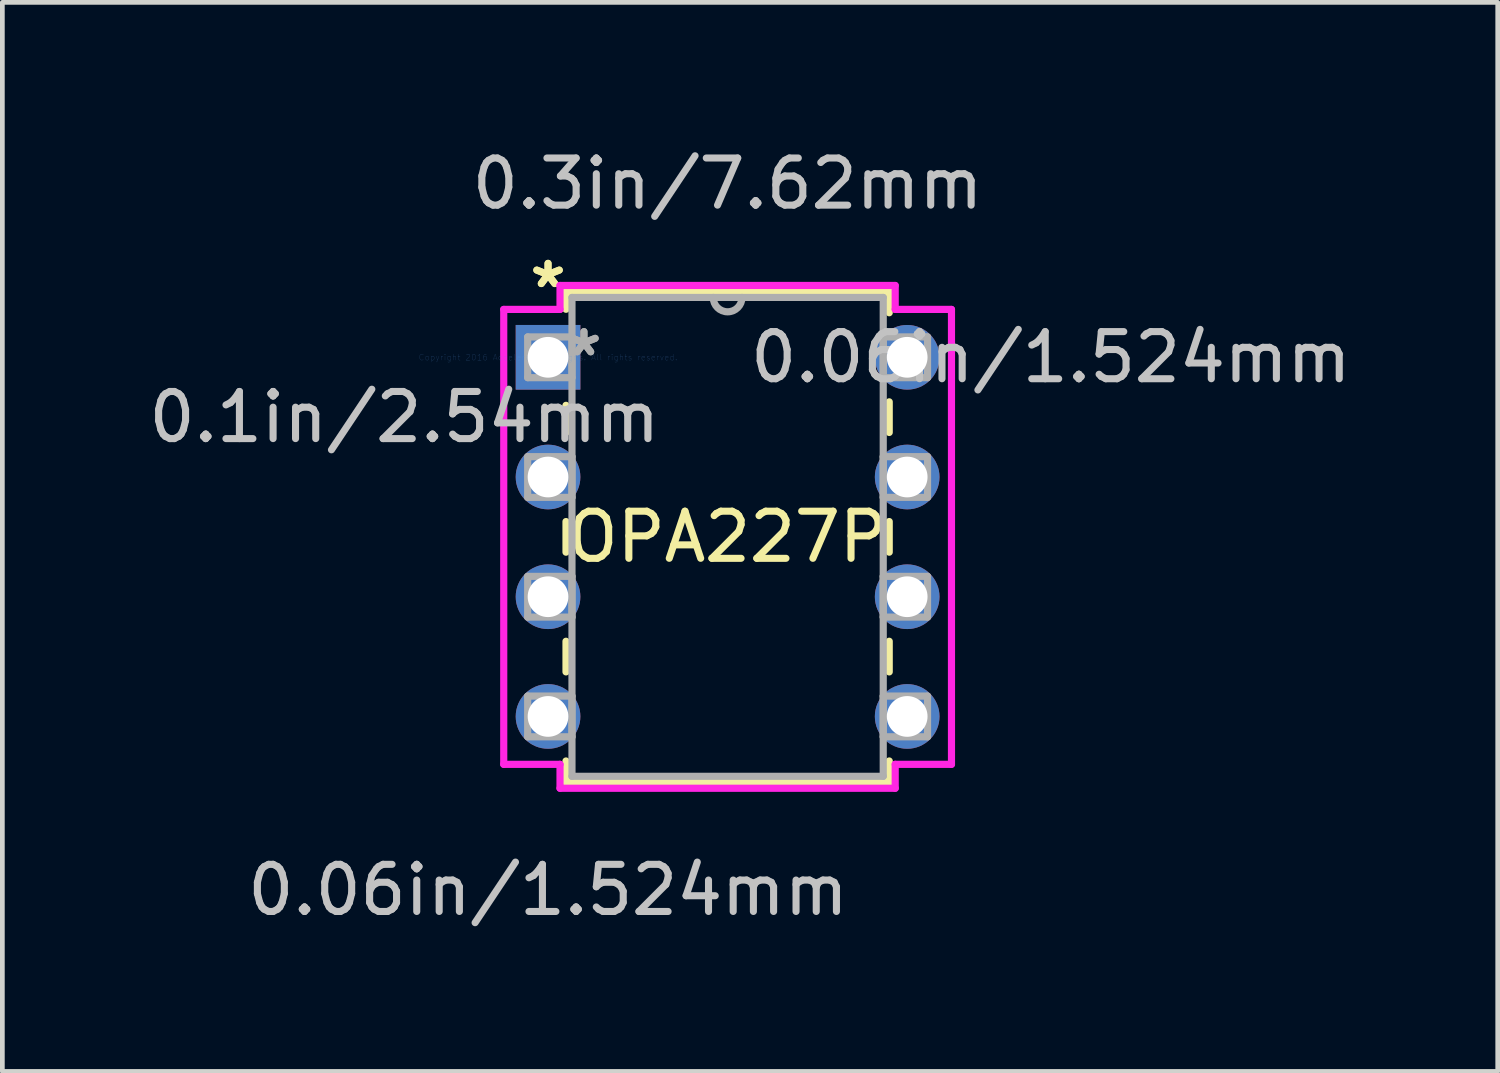
<source format=kicad_pcb>
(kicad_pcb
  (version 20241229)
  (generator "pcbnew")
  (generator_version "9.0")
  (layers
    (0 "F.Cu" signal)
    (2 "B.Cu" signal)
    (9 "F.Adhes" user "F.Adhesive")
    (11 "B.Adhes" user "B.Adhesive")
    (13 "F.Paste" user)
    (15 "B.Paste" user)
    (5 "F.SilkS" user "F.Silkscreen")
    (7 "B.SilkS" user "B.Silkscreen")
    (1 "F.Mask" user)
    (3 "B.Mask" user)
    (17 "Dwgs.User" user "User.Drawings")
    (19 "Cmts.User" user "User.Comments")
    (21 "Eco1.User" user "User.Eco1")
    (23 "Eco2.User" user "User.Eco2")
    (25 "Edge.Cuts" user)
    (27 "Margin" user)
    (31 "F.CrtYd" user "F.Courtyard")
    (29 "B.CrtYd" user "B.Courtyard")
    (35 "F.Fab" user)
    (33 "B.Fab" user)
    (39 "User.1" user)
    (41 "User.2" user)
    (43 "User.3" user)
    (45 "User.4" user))
  (footprint "OPA227P"
    (layer "F.Cu")
    (at 8.578 4.531)
    (property "Reference" "OPA227P" (at 3.81 3.81 0) (layer "F.SilkS") (effects (font (size 1 1) (thickness 0.15))))
    (attr through_hole)
    (fp_line (start 0.381 -1.397) (end 0.381 -1.019) (stroke (width 0.152) (type solid)) (layer "F.SilkS"))
    (fp_line (start 0.381 1.019) (end 0.381 1.595) (stroke (width 0.152) (type solid)) (layer "F.SilkS"))
    (fp_line (start 0.381 3.485) (end 0.381 4.135) (stroke (width 0.152) (type solid)) (layer "F.SilkS"))
    (fp_line (start 0.381 6.025) (end 0.381 6.675) (stroke (width 0.152) (type solid)) (layer "F.SilkS"))
    (fp_line (start 0.381 8.565) (end 0.381 9.017) (stroke (width 0.152) (type solid)) (layer "F.SilkS"))
    (fp_line (start 0.381 9.017) (end 7.239 9.017) (stroke (width 0.152) (type solid)) (layer "F.SilkS"))
    (fp_line (start 7.239 -1.397) (end 0.381 -1.397) (stroke (width 0.152) (type solid)) (layer "F.SilkS"))
    (fp_line (start 7.239 -0.945) (end 7.239 -1.397) (stroke (width 0.152) (type solid)) (layer "F.SilkS"))
    (fp_line (start 7.239 1.595) (end 7.239 0.945) (stroke (width 0.152) (type solid)) (layer "F.SilkS"))
    (fp_line (start 7.239 4.135) (end 7.239 3.485) (stroke (width 0.152) (type solid)) (layer "F.SilkS"))
    (fp_line (start 7.239 6.675) (end 7.239 6.025) (stroke (width 0.152) (type solid)) (layer "F.SilkS"))
    (fp_line (start 7.239 9.017) (end 7.239 8.565) (stroke (width 0.152) (type solid)) (layer "F.SilkS"))
    (fp_line (start -0.94 -1.016) (end -0.94 8.636) (stroke (width 0.152) (type solid)) (layer "F.CrtYd"))
    (fp_line (start -0.94 8.636) (end 0.254 8.636) (stroke (width 0.152) (type solid)) (layer "F.CrtYd"))
    (fp_line (start 0.254 -1.524) (end 0.254 -1.016) (stroke (width 0.152) (type solid)) (layer "F.CrtYd"))
    (fp_line (start 0.254 -1.016) (end -0.94 -1.016) (stroke (width 0.152) (type solid)) (layer "F.CrtYd"))
    (fp_line (start 0.254 8.636) (end 0.254 9.144) (stroke (width 0.152) (type solid)) (layer "F.CrtYd"))
    (fp_line (start 0.254 9.144) (end 7.366 9.144) (stroke (width 0.152) (type solid)) (layer "F.CrtYd"))
    (fp_line (start 7.366 -1.524) (end 0.254 -1.524) (stroke (width 0.152) (type solid)) (layer "F.CrtYd"))
    (fp_line (start 7.366 -1.016) (end 7.366 -1.524) (stroke (width 0.152) (type solid)) (layer "F.CrtYd"))
    (fp_line (start 7.366 8.636) (end 8.56 8.636) (stroke (width 0.152) (type solid)) (layer "F.CrtYd"))
    (fp_line (start 7.366 9.144) (end 7.366 8.636) (stroke (width 0.152) (type solid)) (layer "F.CrtYd"))
    (fp_line (start 8.56 -1.016) (end 7.366 -1.016) (stroke (width 0.152) (type solid)) (layer "F.CrtYd"))
    (fp_line (start 8.56 8.636) (end 8.56 -1.016) (stroke (width 0.152) (type solid)) (layer "F.CrtYd"))
    (fp_line (start -0.432 -0.432) (end -0.432 0.432) (stroke (width 0.152) (type solid)) (layer "F.Fab"))
    (fp_line (start -0.432 0.432) (end 0.508 0.432) (stroke (width 0.152) (type solid)) (layer "F.Fab"))
    (fp_line (start -0.432 2.108) (end -0.432 2.972) (stroke (width 0.152) (type solid)) (layer "F.Fab"))
    (fp_line (start -0.432 2.972) (end 0.508 2.972) (stroke (width 0.152) (type solid)) (layer "F.Fab"))
    (fp_line (start -0.432 4.648) (end -0.432 5.512) (stroke (width 0.152) (type solid)) (layer "F.Fab"))
    (fp_line (start -0.432 5.512) (end 0.508 5.512) (stroke (width 0.152) (type solid)) (layer "F.Fab"))
    (fp_line (start -0.432 7.188) (end -0.432 8.052) (stroke (width 0.152) (type solid)) (layer "F.Fab"))
    (fp_line (start -0.432 8.052) (end 0.508 8.052) (stroke (width 0.152) (type solid)) (layer "F.Fab"))
    (fp_line (start 0.508 -1.27) (end 0.508 8.89) (stroke (width 0.152) (type solid)) (layer "F.Fab"))
    (fp_line (start 0.508 -0.432) (end -0.432 -0.432) (stroke (width 0.152) (type solid)) (layer "F.Fab"))
    (fp_line (start 0.508 0.432) (end 0.508 -0.432) (stroke (width 0.152) (type solid)) (layer "F.Fab"))
    (fp_line (start 0.508 2.108) (end -0.432 2.108) (stroke (width 0.152) (type solid)) (layer "F.Fab"))
    (fp_line (start 0.508 2.972) (end 0.508 2.108) (stroke (width 0.152) (type solid)) (layer "F.Fab"))
    (fp_line (start 0.508 4.648) (end -0.432 4.648) (stroke (width 0.152) (type solid)) (layer "F.Fab"))
    (fp_line (start 0.508 5.512) (end 0.508 4.648) (stroke (width 0.152) (type solid)) (layer "F.Fab"))
    (fp_line (start 0.508 7.188) (end -0.432 7.188) (stroke (width 0.152) (type solid)) (layer "F.Fab"))
    (fp_line (start 0.508 8.052) (end 0.508 7.188) (stroke (width 0.152) (type solid)) (layer "F.Fab"))
    (fp_line (start 0.508 8.89) (end 7.112 8.89) (stroke (width 0.152) (type solid)) (layer "F.Fab"))
    (fp_line (start 7.112 -1.27) (end 0.508 -1.27) (stroke (width 0.152) (type solid)) (layer "F.Fab"))
    (fp_line (start 7.112 -0.432) (end 7.112 0.432) (stroke (width 0.152) (type solid)) (layer "F.Fab"))
    (fp_line (start 7.112 0.432) (end 8.052 0.432) (stroke (width 0.152) (type solid)) (layer "F.Fab"))
    (fp_line (start 7.112 2.108) (end 7.112 2.972) (stroke (width 0.152) (type solid)) (layer "F.Fab"))
    (fp_line (start 7.112 2.972) (end 8.052 2.972) (stroke (width 0.152) (type solid)) (layer "F.Fab"))
    (fp_line (start 7.112 4.648) (end 7.112 5.512) (stroke (width 0.152) (type solid)) (layer "F.Fab"))
    (fp_line (start 7.112 5.512) (end 8.052 5.512) (stroke (width 0.152) (type solid)) (layer "F.Fab"))
    (fp_line (start 7.112 7.188) (end 7.112 8.052) (stroke (width 0.152) (type solid)) (layer "F.Fab"))
    (fp_line (start 7.112 8.052) (end 8.052 8.052) (stroke (width 0.152) (type solid)) (layer "F.Fab"))
    (fp_line (start 7.112 8.89) (end 7.112 -1.27) (stroke (width 0.152) (type solid)) (layer "F.Fab"))
    (fp_line (start 8.052 -0.432) (end 7.112 -0.432) (stroke (width 0.152) (type solid)) (layer "F.Fab"))
    (fp_line (start 8.052 0.432) (end 8.052 -0.432) (stroke (width 0.152) (type solid)) (layer "F.Fab"))
    (fp_line (start 8.052 2.108) (end 7.112 2.108) (stroke (width 0.152) (type solid)) (layer "F.Fab"))
    (fp_line (start 8.052 2.972) (end 8.052 2.108) (stroke (width 0.152) (type solid)) (layer "F.Fab"))
    (fp_line (start 8.052 4.648) (end 7.112 4.648) (stroke (width 0.152) (type solid)) (layer "F.Fab"))
    (fp_line (start 8.052 5.512) (end 8.052 4.648) (stroke (width 0.152) (type solid)) (layer "F.Fab"))
    (fp_line (start 8.052 7.188) (end 7.112 7.188) (stroke (width 0.152) (type solid)) (layer "F.Fab"))
    (fp_line (start 8.052 8.052) (end 8.052 7.188) (stroke (width 0.152) (type solid)) (layer "F.Fab"))
    (fp_arc (start 4.1148 -1.27) (mid 3.81 -0.9652) (end 3.5052 -1.27) (stroke (width 0.1524) (type solid)) (layer "F.Fab"))
    (fp_text user "*" (at 0 -1.448 0) (layer "F.SilkS") (effects (font (size 1 1) (thickness 0.15))))
    (fp_text user "*" (at 0 -1.448 0) (layer "F.SilkS") (effects (font (size 1 1) (thickness 0.15))))
    (fp_text user "0.06in/1.524mm" (at 0 11.303 0) (layer "Dwgs.User") (effects (font (size 1 1) (thickness 0.15))))
    (fp_text user "0.1in/2.54mm" (at -3.048 1.27 0) (layer "Dwgs.User") (effects (font (size 1 1) (thickness 0.15))))
    (fp_text user "0.3in/7.62mm" (at 3.81 -3.683 0) (layer "Dwgs.User") (effects (font (size 1 1) (thickness 0.15))))
    (fp_text user "0.06in/1.524mm" (at 10.668 0 0) (layer "Dwgs.User") (effects (font (size 1 1) (thickness 0.15))))
    (fp_text user "Copyright 2016 Accelerated Designs. All rights reserved." (at 0 0 0) (layer "Cmts.User") (effects (font (size 0.127 0.127) (thickness 0.002))))
    (fp_text user "*" (at 0.762 0 0) (layer "F.Fab") (effects (font (size 1 1) (thickness 0.15))))
    (fp_text user "*" (at 0.762 0 0) (layer "F.Fab") (effects (font (size 1 1) (thickness 0.15))))
    (pad "1" thru_hole rect (at 0 0) (size 1.372 1.372) (drill 0.864) (layers "*.Cu" "*.Mask"))
    (pad "2" thru_hole circle (at 0 2.54) (size 1.372 1.372) (drill 0.864) (layers "*.Cu" "*.Mask"))
    (pad "3" thru_hole circle (at 0 5.08) (size 1.372 1.372) (drill 0.864) (layers "*.Cu" "*.Mask"))
    (pad "4" thru_hole circle (at 0 7.62) (size 1.372 1.372) (drill 0.864) (layers "*.Cu" "*.Mask"))
    (pad "5" thru_hole circle (at 7.62 7.62) (size 1.372 1.372) (drill 0.864) (layers "*.Cu" "*.Mask"))
    (pad "6" thru_hole circle (at 7.62 5.08) (size 1.372 1.372) (drill 0.864) (layers "*.Cu" "*.Mask"))
    (pad "7" thru_hole circle (at 7.62 2.54) (size 1.372 1.372) (drill 0.864) (layers "*.Cu" "*.Mask"))
    (pad "8" thru_hole circle (at 7.62 0) (size 1.372 1.372) (drill 0.864) (layers "*.Cu" "*.Mask")))
  (gr_rect
    (start -3 -3)
    (end 28.728 19.683)
    (stroke (width 0.1) (type default))
    (fill no)
    (layer "Edge.Cuts")))
</source>
